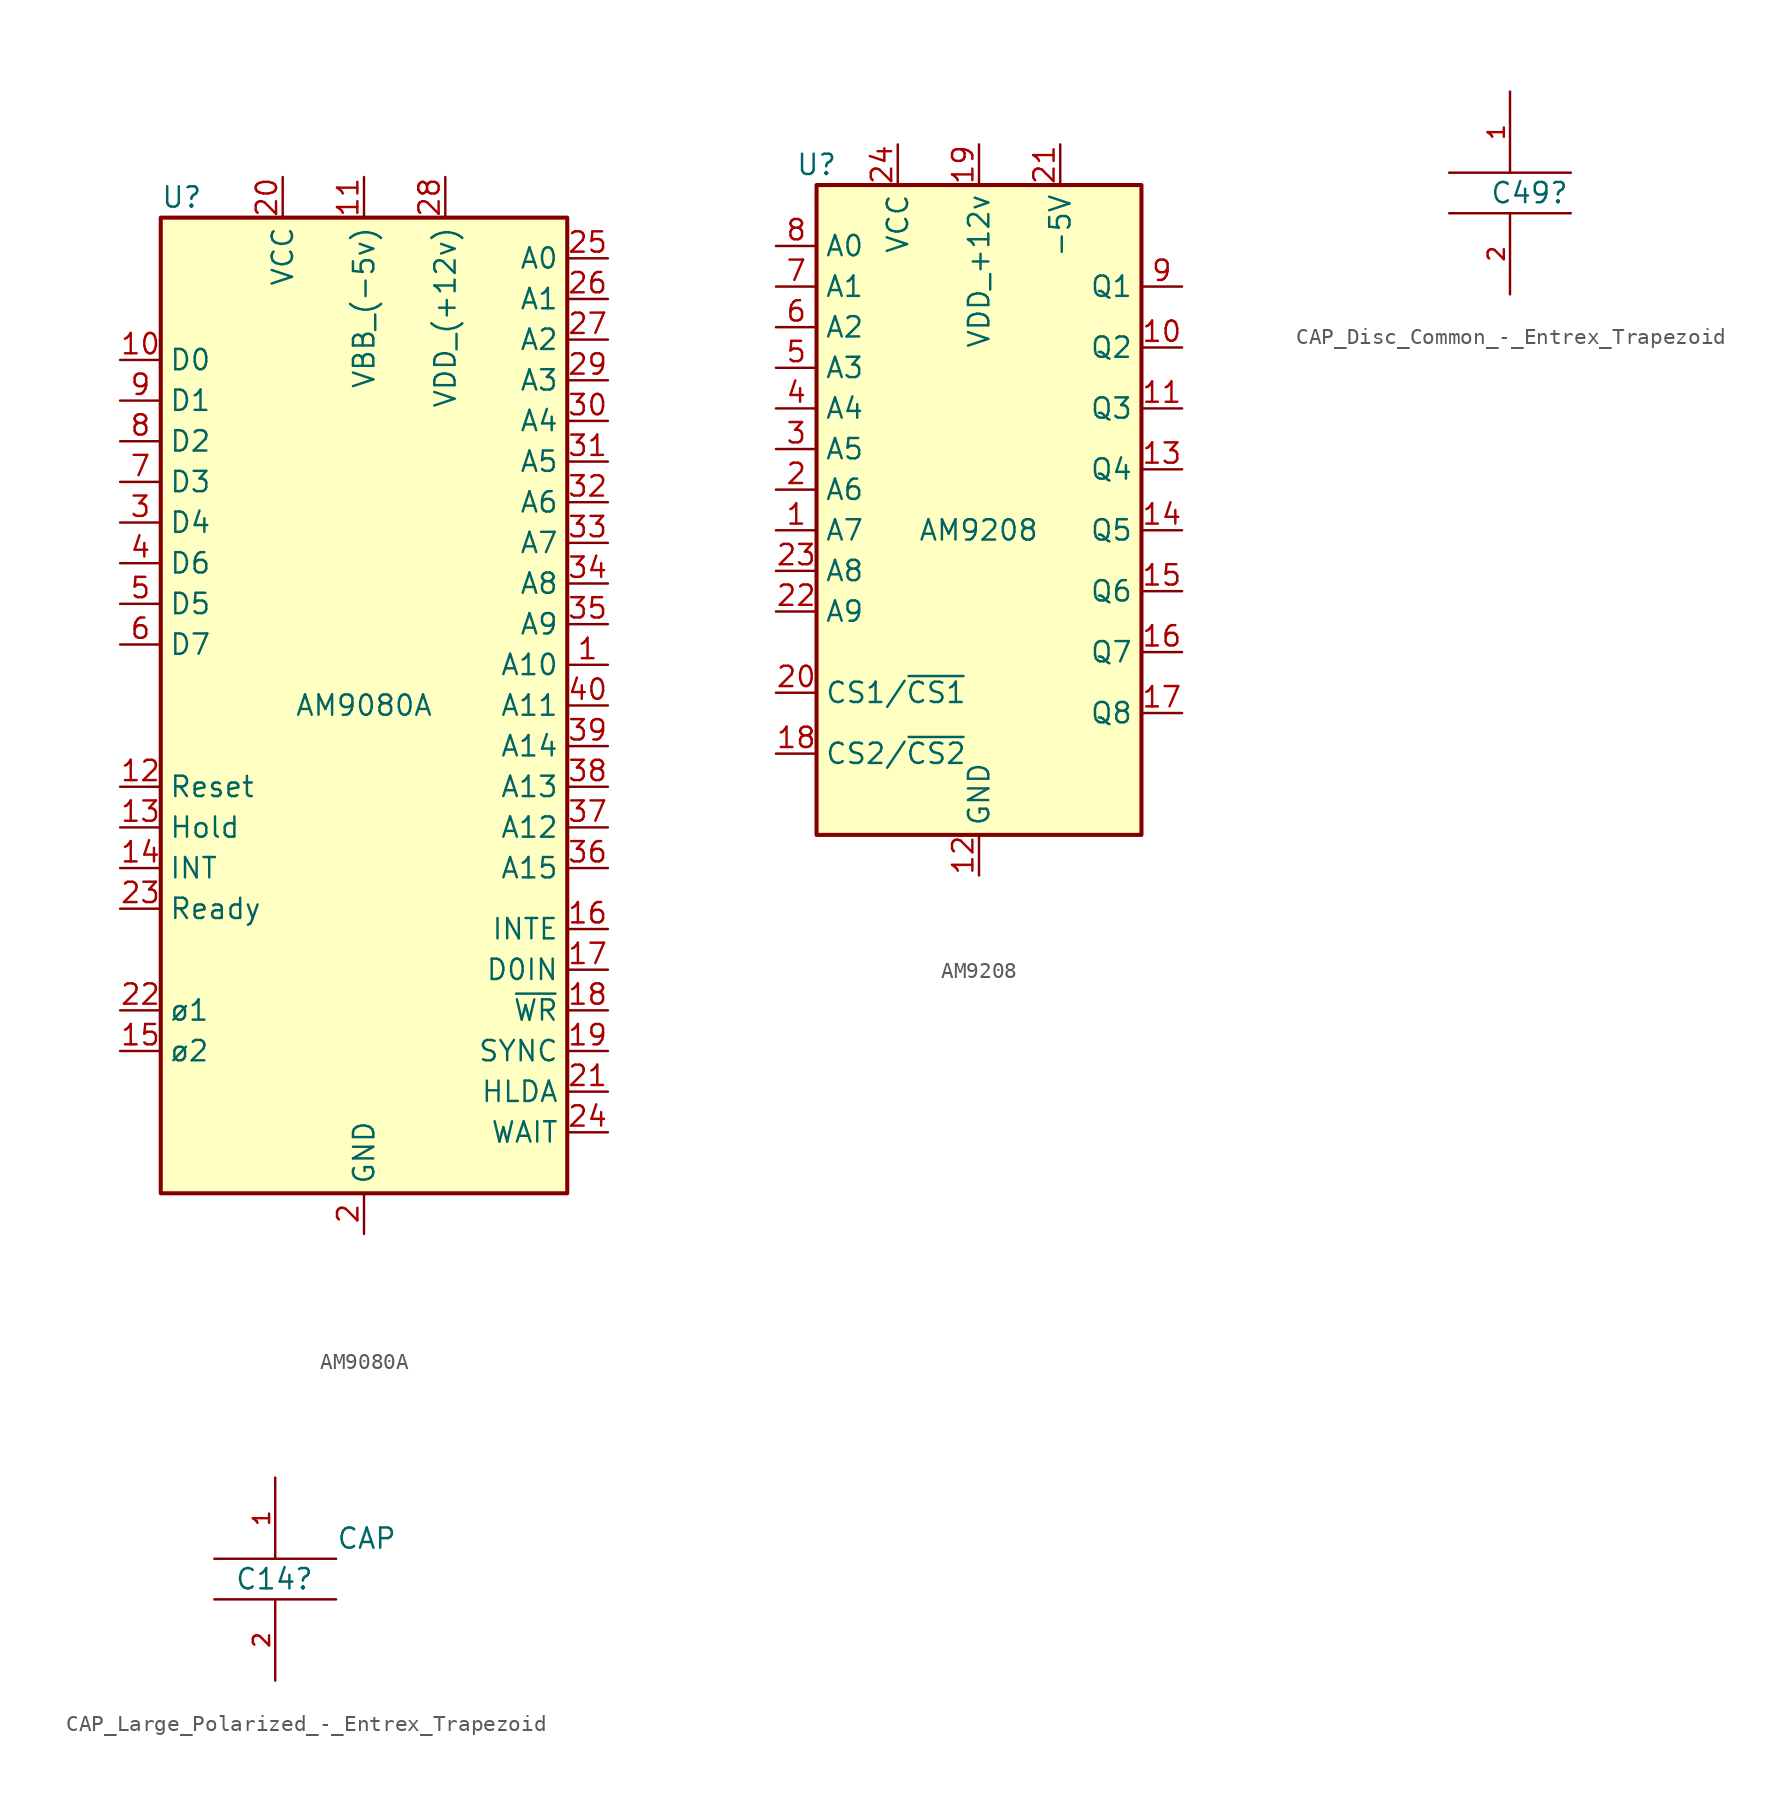
<source format=kicad_sym>
(kicad_symbol_lib
  (version 20220914)
  (generator kicad_symbol_editor)
  (symbol "AM9080A"
    (property "Reference" "U"
      (at -12.7 31.75 0)
      (effects (font (size 1.27 1.27)) (justify left)))
    (property "Value" "AM9080A"
      (at 0 0 0)
      (effects (font (size 1.27 1.27))))
    (symbol "AM9080A_0_1"
      (rectangle (start -12.7 30.48) (end 12.7 -30.48) (stroke (width 0.254) (type default)) (fill (type background))))
    (symbol "AM9080A_1_1"
      (pin output line (at 15.24 2.54 180) (length 2.54) (name "A10" (effects (font (size 1.27 1.27)))) (number "1" (effects (font (size 1.27 1.27)))))
      (pin bidirectional line (at -15.24 21.59 0) (length 2.54) (name "D0" (effects (font (size 1.27 1.27)))) (number "10" (effects (font (size 1.27 1.27)))))
      (pin power_in line (at 0 33.02 270) (length 2.54) (name "VBB_(-5v)" (effects (font (size 1.27 1.27)))) (number "11" (effects (font (size 1.27 1.27)))))
      (pin input line (at -15.24 -5.08 0) (length 2.54) (name "Reset" (effects (font (size 1.27 1.27)))) (number "12" (effects (font (size 1.27 1.27)))))
      (pin input line (at -15.24 -7.62 0) (length 2.54) (name "Hold" (effects (font (size 1.27 1.27)))) (number "13" (effects (font (size 1.27 1.27)))))
      (pin input line (at -15.24 -10.16 0) (length 2.54) (name "INT" (effects (font (size 1.27 1.27)))) (number "14" (effects (font (size 1.27 1.27)))))
      (pin input line (at -15.24 -21.59 0) (length 2.54) (name "ø2" (effects (font (size 1.27 1.27)))) (number "15" (effects (font (size 1.27 1.27)))))
      (pin output line (at 15.24 -13.97 180) (length 2.54) (name "INTE" (effects (font (size 1.27 1.27)))) (number "16" (effects (font (size 1.27 1.27)))))
      (pin output line (at 15.24 -16.51 180) (length 2.54) (name "D0IN" (effects (font (size 1.27 1.27)))) (number "17" (effects (font (size 1.27 1.27)))))
      (pin output line (at 15.24 -19.05 180) (length 2.54) (name "~{WR}" (effects (font (size 1.27 1.27)))) (number "18" (effects (font (size 1.27 1.27)))))
      (pin output line (at 15.24 -21.59 180) (length 2.54) (name "SYNC" (effects (font (size 1.27 1.27)))) (number "19" (effects (font (size 1.27 1.27)))))
      (pin power_in line (at 0 -33.02 90) (length 2.54) (name "GND" (effects (font (size 1.27 1.27)))) (number "2" (effects (font (size 1.27 1.27)))))
      (pin power_in line (at -5.08 33.02 270) (length 2.54) (name "VCC" (effects (font (size 1.27 1.27)))) (number "20" (effects (font (size 1.27 1.27)))))
      (pin output line (at 15.24 -24.13 180) (length 2.54) (name "HLDA" (effects (font (size 1.27 1.27)))) (number "21" (effects (font (size 1.27 1.27)))))
      (pin input line (at -15.24 -19.05 0) (length 2.54) (name "ø1" (effects (font (size 1.27 1.27)))) (number "22" (effects (font (size 1.27 1.27)))))
      (pin input line (at -15.24 -12.7 0) (length 2.54) (name "Ready" (effects (font (size 1.27 1.27)))) (number "23" (effects (font (size 1.27 1.27)))))
      (pin output line (at 15.24 -26.67 180) (length 2.54) (name "WAIT" (effects (font (size 1.27 1.27)))) (number "24" (effects (font (size 1.27 1.27)))))
      (pin output line (at 15.24 27.94 180) (length 2.54) (name "A0" (effects (font (size 1.27 1.27)))) (number "25" (effects (font (size 1.27 1.27)))))
      (pin output line (at 15.24 25.4 180) (length 2.54) (name "A1" (effects (font (size 1.27 1.27)))) (number "26" (effects (font (size 1.27 1.27)))))
      (pin output line (at 15.24 22.86 180) (length 2.54) (name "A2" (effects (font (size 1.27 1.27)))) (number "27" (effects (font (size 1.27 1.27)))))
      (pin power_in line (at 5.08 33.02 270) (length 2.54) (name "VDD_(+12v)" (effects (font (size 1.27 1.27)))) (number "28" (effects (font (size 1.27 1.27)))))
      (pin output line (at 15.24 20.32 180) (length 2.54) (name "A3" (effects (font (size 1.27 1.27)))) (number "29" (effects (font (size 1.27 1.27)))))
      (pin bidirectional line (at -15.24 11.43 0) (length 2.54) (name "D4" (effects (font (size 1.27 1.27)))) (number "3" (effects (font (size 1.27 1.27)))))
      (pin output line (at 15.24 17.78 180) (length 2.54) (name "A4" (effects (font (size 1.27 1.27)))) (number "30" (effects (font (size 1.27 1.27)))))
      (pin output line (at 15.24 15.24 180) (length 2.54) (name "A5" (effects (font (size 1.27 1.27)))) (number "31" (effects (font (size 1.27 1.27)))))
      (pin output line (at 15.24 12.7 180) (length 2.54) (name "A6" (effects (font (size 1.27 1.27)))) (number "32" (effects (font (size 1.27 1.27)))))
      (pin output line (at 15.24 10.16 180) (length 2.54) (name "A7" (effects (font (size 1.27 1.27)))) (number "33" (effects (font (size 1.27 1.27)))))
      (pin output line (at 15.24 7.62 180) (length 2.54) (name "A8" (effects (font (size 1.27 1.27)))) (number "34" (effects (font (size 1.27 1.27)))))
      (pin output line (at 15.24 5.08 180) (length 2.54) (name "A9" (effects (font (size 1.27 1.27)))) (number "35" (effects (font (size 1.27 1.27)))))
      (pin output line (at 15.24 -10.16 180) (length 2.54) (name "A15" (effects (font (size 1.27 1.27)))) (number "36" (effects (font (size 1.27 1.27)))))
      (pin output line (at 15.24 -7.62 180) (length 2.54) (name "A12" (effects (font (size 1.27 1.27)))) (number "37" (effects (font (size 1.27 1.27)))))
      (pin output line (at 15.24 -5.08 180) (length 2.54) (name "A13" (effects (font (size 1.27 1.27)))) (number "38" (effects (font (size 1.27 1.27)))))
      (pin output line (at 15.24 -2.54 180) (length 2.54) (name "A14" (effects (font (size 1.27 1.27)))) (number "39" (effects (font (size 1.27 1.27)))))
      (pin bidirectional line (at -15.24 8.89 0) (length 2.54) (name "D6" (effects (font (size 1.27 1.27)))) (number "4" (effects (font (size 1.27 1.27)))))
      (pin output line (at 15.24 0 180) (length 2.54) (name "A11" (effects (font (size 1.27 1.27)))) (number "40" (effects (font (size 1.27 1.27)))))
      (pin bidirectional line (at -15.24 6.35 0) (length 2.54) (name "D5" (effects (font (size 1.27 1.27)))) (number "5" (effects (font (size 1.27 1.27)))))
      (pin bidirectional line (at -15.24 3.81 0) (length 2.54) (name "D7" (effects (font (size 1.27 1.27)))) (number "6" (effects (font (size 1.27 1.27)))))
      (pin bidirectional line (at -15.24 13.97 0) (length 2.54) (name "D3" (effects (font (size 1.27 1.27)))) (number "7" (effects (font (size 1.27 1.27)))))
      (pin bidirectional line (at -15.24 16.51 0) (length 2.54) (name "D2" (effects (font (size 1.27 1.27)))) (number "8" (effects (font (size 1.27 1.27)))))
      (pin bidirectional line (at -15.24 19.05 0) (length 2.54) (name "D1" (effects (font (size 1.27 1.27)))) (number "9" (effects (font (size 1.27 1.27)))))))
  (symbol "AM9208"
    (property "Reference" "U"
      (at -10.16 20.32 0)
      (effects (font (size 1.27 1.27))))
    (property "Value" "AM9208"
      (at -3.81 -2.54 0)
      (effects (font (size 1.27 1.27)) (justify left)))
    (symbol "AM9208_1_1"
      (rectangle (start -10.16 19.05) (end 10.16 -21.59) (stroke (width 0.254) (type default)) (fill (type background)))
      (pin input line (at -12.7 -2.54 0) (length 2.54) (name "A7" (effects (font (size 1.27 1.27)))) (number "1" (effects (font (size 1.27 1.27)))))
      (pin tri_state line (at 12.7 8.89 180) (length 2.54) (name "Q2" (effects (font (size 1.27 1.27)))) (number "10" (effects (font (size 1.27 1.27)))))
      (pin tri_state line (at 12.7 5.08 180) (length 2.54) (name "Q3" (effects (font (size 1.27 1.27)))) (number "11" (effects (font (size 1.27 1.27)))))
      (pin power_in line (at 0 -24.13 90) (length 2.54) (name "GND" (effects (font (size 1.27 1.27)))) (number "12" (effects (font (size 1.27 1.27)))))
      (pin tri_state line (at 12.7 1.27 180) (length 2.54) (name "Q4" (effects (font (size 1.27 1.27)))) (number "13" (effects (font (size 1.27 1.27)))))
      (pin tri_state line (at 12.7 -2.54 180) (length 2.54) (name "Q5" (effects (font (size 1.27 1.27)))) (number "14" (effects (font (size 1.27 1.27)))))
      (pin tri_state line (at 12.7 -6.35 180) (length 2.54) (name "Q6" (effects (font (size 1.27 1.27)))) (number "15" (effects (font (size 1.27 1.27)))))
      (pin tri_state line (at 12.7 -10.16 180) (length 2.54) (name "Q7" (effects (font (size 1.27 1.27)))) (number "16" (effects (font (size 1.27 1.27)))))
      (pin tri_state line (at 12.7 -13.97 180) (length 2.54) (name "Q8" (effects (font (size 1.27 1.27)))) (number "17" (effects (font (size 1.27 1.27)))))
      (pin input line (at -12.7 -16.51 0) (length 2.54) (name "CS2/~{CS2}" (effects (font (size 1.27 1.27)))) (number "18" (effects (font (size 1.27 1.27)))))
      (pin power_in line (at 0 21.59 270) (length 2.54) (name "VDD_+12v" (effects (font (size 1.27 1.27)))) (number "19" (effects (font (size 1.27 1.27)))))
      (pin input line (at -12.7 0 0) (length 2.54) (name "A6" (effects (font (size 1.27 1.27)))) (number "2" (effects (font (size 1.27 1.27)))))
      (pin input line (at -12.7 -12.7 0) (length 2.54) (name "CS1/~{CS1}" (effects (font (size 1.27 1.27)))) (number "20" (effects (font (size 1.27 1.27)))))
      (pin power_in line (at 5.08 21.59 270) (length 2.54) (name "-5V" (effects (font (size 1.27 1.27)))) (number "21" (effects (font (size 1.27 1.27)))))
      (pin input line (at -12.7 -7.62 0) (length 2.54) (name "A9" (effects (font (size 1.27 1.27)))) (number "22" (effects (font (size 1.27 1.27)))))
      (pin input line (at -12.7 -5.08 0) (length 2.54) (name "A8" (effects (font (size 1.27 1.27)))) (number "23" (effects (font (size 1.27 1.27)))))
      (pin power_in line (at -5.08 21.59 270) (length 2.54) (name "VCC" (effects (font (size 1.27 1.27)))) (number "24" (effects (font (size 1.27 1.27)))))
      (pin input line (at -12.7 2.54 0) (length 2.54) (name "A5" (effects (font (size 1.27 1.27)))) (number "3" (effects (font (size 1.27 1.27)))))
      (pin input line (at -12.7 5.08 0) (length 2.54) (name "A4" (effects (font (size 1.27 1.27)))) (number "4" (effects (font (size 1.27 1.27)))))
      (pin input line (at -12.7 7.62 0) (length 2.54) (name "A3" (effects (font (size 1.27 1.27)))) (number "5" (effects (font (size 1.27 1.27)))))
      (pin input line (at -12.7 10.16 0) (length 2.54) (name "A2" (effects (font (size 1.27 1.27)))) (number "6" (effects (font (size 1.27 1.27)))))
      (pin input line (at -12.7 12.7 0) (length 2.54) (name "A1" (effects (font (size 1.27 1.27)))) (number "7" (effects (font (size 1.27 1.27)))))
      (pin input line (at -12.7 15.24 0) (length 2.54) (name "A0" (effects (font (size 1.27 1.27)))) (number "8" (effects (font (size 1.27 1.27)))))
      (pin tri_state line (at 12.7 12.7 180) (length 2.54) (name "Q1" (effects (font (size 1.27 1.27)))) (number "9" (effects (font (size 1.27 1.27)))))))
  (symbol "CAP_Disc_Common_-_Entrex_Trapezoid"
    (pin_names
      (offset 0.254))
    (property "Reference" "C49"
      (at -1.27 0 0)
      (effects (font (size 1.27 1.27)) (justify left)))
    (symbol "CAP_Disc_Common_-_Entrex_Trapezoid_0_1"
      (polyline (pts (xy -3.81 -1.27) (xy 3.81 -1.27)) (stroke (width 0) (type default)) (fill (type none)))
      (polyline (pts (xy -3.81 1.27) (xy 3.81 1.27)) (stroke (width 0) (type default)) (fill (type none))))
    (symbol "CAP_Disc_Common_-_Entrex_Trapezoid_1_1"
      (pin passive line (at 0 6.35 270) (length 5.08) (name "~" (effects (font (size 1.016 1.016)))) (number "1" (effects (font (size 1.016 1.016)))))
      (pin passive line (at 0 -6.35 90) (length 5.08) (name "~" (effects (font (size 1.016 1.016)))) (number "2" (effects (font (size 1.016 1.016)))))))
  (symbol "CAP_Large_Polarized_-_Entrex_Trapezoid"
    (pin_names
      (offset 0.254))
    (property "Reference" "C14"
      (at -2.54 0 0)
      (effects (font (size 1.27 1.27)) (justify left)))
    (property "Value" "CAP"
      (at 3.81 2.54 0)
      (effects (font (size 1.27 1.27)) (justify left)))
    (symbol "CAP_Large_Polarized_-_Entrex_Trapezoid_0_1"
      (polyline (pts (xy -3.81 -1.27) (xy 3.81 -1.27)) (stroke (width 0) (type default)) (fill (type none)))
      (polyline (pts (xy -3.81 1.27) (xy 3.81 1.27)) (stroke (width 0) (type default)) (fill (type none))))
    (symbol "CAP_Large_Polarized_-_Entrex_Trapezoid_1_1"
      (pin passive line (at 0 6.35 270) (length 5.08) (name "~" (effects (font (size 1.016 1.016)))) (number "1" (effects (font (size 1.016 1.016)))))
      (pin passive line (at 0 -6.35 90) (length 5.08) (name "~" (effects (font (size 1.016 1.016)))) (number "2" (effects (font (size 1.016 1.016))))))))
</source>
